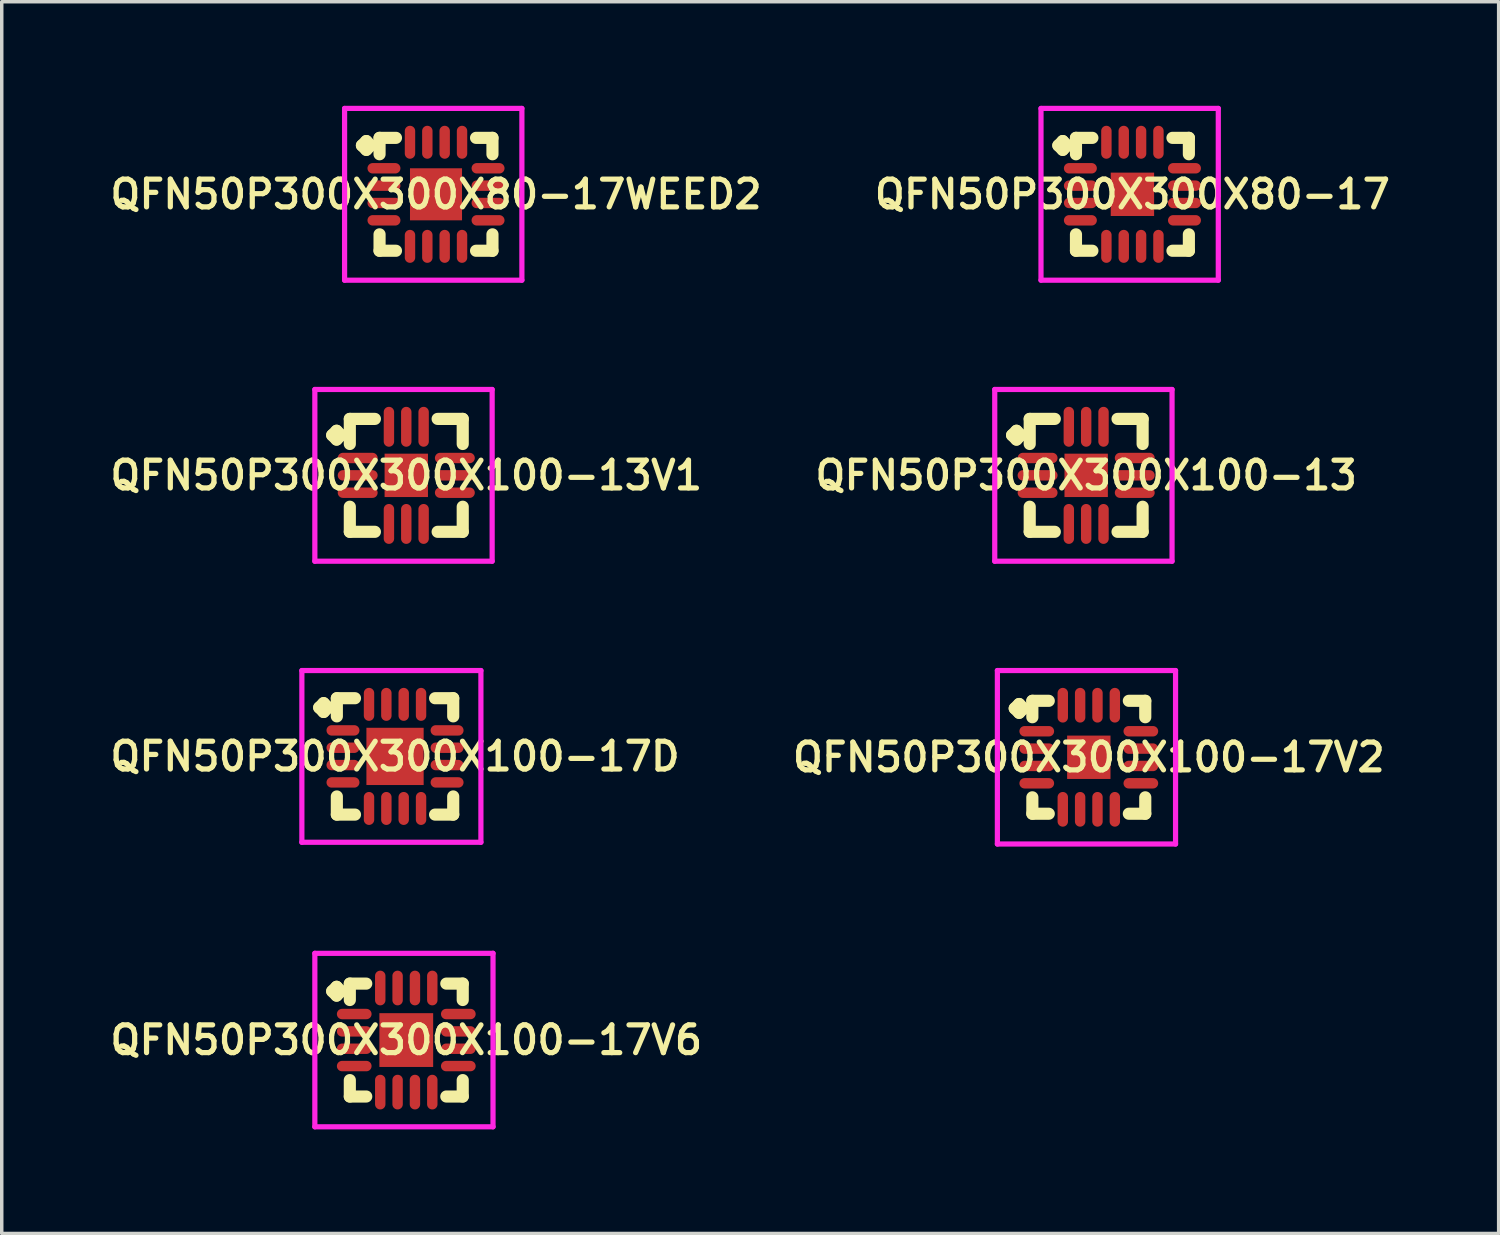
<source format=kicad_pcb>
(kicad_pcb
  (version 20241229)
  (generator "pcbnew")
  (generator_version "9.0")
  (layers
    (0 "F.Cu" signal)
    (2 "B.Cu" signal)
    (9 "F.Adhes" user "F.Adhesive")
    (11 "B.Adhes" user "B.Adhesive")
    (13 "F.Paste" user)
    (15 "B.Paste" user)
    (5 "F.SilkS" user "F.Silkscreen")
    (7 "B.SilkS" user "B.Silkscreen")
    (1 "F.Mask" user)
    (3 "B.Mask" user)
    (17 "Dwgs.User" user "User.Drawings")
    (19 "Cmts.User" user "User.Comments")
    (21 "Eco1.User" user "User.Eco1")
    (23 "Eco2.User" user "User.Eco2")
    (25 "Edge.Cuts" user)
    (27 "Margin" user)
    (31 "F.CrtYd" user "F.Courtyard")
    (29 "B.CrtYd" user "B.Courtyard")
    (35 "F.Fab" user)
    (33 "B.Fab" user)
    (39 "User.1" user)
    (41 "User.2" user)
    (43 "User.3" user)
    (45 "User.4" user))
  (footprint "QFN50P300X300X100-13"
    (layer "F.Cu")
    (at 28.254 10.65)
    (property "Reference" "QFN50P300X300X100-13" (at 0 0 0) (layer "F.SilkS") (effects (font (size 0.8 0.8) (thickness 0.15))))
    (attr through_hole)
    (fp_line (start -2.135 -1.158) (end -2.008 -1.285) (stroke (width 0.35) (type solid)) (layer "F.SilkS"))
    (fp_line (start -2.008 -1.285) (end -1.881 -1.158) (stroke (width 0.35) (type solid)) (layer "F.SilkS"))
    (fp_line (start -2.008 -1.031) (end -2.135 -1.158) (stroke (width 0.35) (type solid)) (layer "F.SilkS"))
    (fp_line (start -1.881 -1.158) (end -2.008 -1.031) (stroke (width 0.35) (type solid)) (layer "F.SilkS"))
    (fp_line (start -1.627 -1.627) (end -0.904 -1.627) (stroke (width 0.35) (type solid)) (layer "F.SilkS"))
    (fp_line (start -1.627 -0.904) (end -1.627 -1.627) (stroke (width 0.35) (type solid)) (layer "F.SilkS"))
    (fp_line (start -1.627 0.904) (end -1.627 1.627) (stroke (width 0.35) (type solid)) (layer "F.SilkS"))
    (fp_line (start -1.627 1.627) (end -0.904 1.627) (stroke (width 0.35) (type solid)) (layer "F.SilkS"))
    (fp_line (start 0.904 -1.627) (end 1.627 -1.627) (stroke (width 0.35) (type solid)) (layer "F.SilkS"))
    (fp_line (start 0.904 1.627) (end 1.627 1.627) (stroke (width 0.35) (type solid)) (layer "F.SilkS"))
    (fp_line (start 1.627 -1.627) (end 1.627 -0.904) (stroke (width 0.35) (type solid)) (layer "F.SilkS"))
    (fp_line (start 1.627 1.627) (end 1.627 0.904) (stroke (width 0.35) (type solid)) (layer "F.SilkS"))
    (fp_line (start -2.635 -2.475) (end 2.475 -2.475) (stroke (width 0.15) (type solid)) (layer "F.CrtYd"))
    (fp_line (start -2.635 2.475) (end -2.635 -2.475) (stroke (width 0.15) (type solid)) (layer "F.CrtYd"))
    (fp_line (start 2.475 -2.475) (end 2.475 2.475) (stroke (width 0.15) (type solid)) (layer "F.CrtYd"))
    (fp_line (start 2.475 2.475) (end -2.635 2.475) (stroke (width 0.15) (type solid)) (layer "F.CrtYd"))
    (pad "1" smd oval (at -1.4 -0.5) (size 1.15 0.3) (layers "F.Cu" "F.Mask" "F.Paste"))
    (pad "2" smd oval (at -1.4 0) (size 1.15 0.3) (layers "F.Cu" "F.Mask" "F.Paste"))
    (pad "3" smd oval (at -1.4 0.5) (size 1.15 0.3) (layers "F.Cu" "F.Mask" "F.Paste"))
    (pad "4" smd oval (at -0.5 1.4) (size 0.3 1.15) (layers "F.Cu" "F.Mask" "F.Paste"))
    (pad "5" smd oval (at 0 1.4) (size 0.3 1.15) (layers "F.Cu" "F.Mask" "F.Paste"))
    (pad "6" smd oval (at 0.5 1.4) (size 0.3 1.15) (layers "F.Cu" "F.Mask" "F.Paste"))
    (pad "7" smd oval (at 1.4 0.5) (size 1.15 0.3) (layers "F.Cu" "F.Mask" "F.Paste"))
    (pad "8" smd oval (at 1.4 0) (size 1.15 0.3) (layers "F.Cu" "F.Mask" "F.Paste"))
    (pad "9" smd oval (at 1.4 -0.5) (size 1.15 0.3) (layers "F.Cu" "F.Mask" "F.Paste"))
    (pad "10" smd oval (at 0.5 -1.4) (size 0.3 1.15) (layers "F.Cu" "F.Mask" "F.Paste"))
    (pad "11" smd oval (at 0 -1.4) (size 0.3 1.15) (layers "F.Cu" "F.Mask" "F.Paste"))
    (pad "12" smd oval (at -0.5 -1.4) (size 0.3 1.15) (layers "F.Cu" "F.Mask" "F.Paste"))
    (pad "13" smd rect (at 0 0) (size 1.25 1.25) (layers "F.Cu" "F.Mask" "F.Paste")))
  (footprint "QFN50P300X300X100-17D"
    (layer "F.Cu")
    (at 8.335 18.75)
    (property "Reference" "QFN50P300X300X100-17D" (at 0 0 0) (layer "F.SilkS") (effects (font (size 0.8 0.8) (thickness 0.15))))
    (attr smd)
    (fp_line (start -2.185 -1.408) (end -2.058 -1.535) (stroke (width 0.35) (type solid)) (layer "F.SilkS"))
    (fp_line (start -2.058 -1.535) (end -1.931 -1.408) (stroke (width 0.35) (type solid)) (layer "F.SilkS"))
    (fp_line (start -2.058 -1.281) (end -2.185 -1.408) (stroke (width 0.35) (type solid)) (layer "F.SilkS"))
    (fp_line (start -1.931 -1.408) (end -2.058 -1.281) (stroke (width 0.35) (type solid)) (layer "F.SilkS"))
    (fp_line (start -1.677 -1.677) (end -1.154 -1.677) (stroke (width 0.35) (type solid)) (layer "F.SilkS"))
    (fp_line (start -1.677 -1.154) (end -1.677 -1.677) (stroke (width 0.35) (type solid)) (layer "F.SilkS"))
    (fp_line (start -1.677 1.154) (end -1.677 1.677) (stroke (width 0.35) (type solid)) (layer "F.SilkS"))
    (fp_line (start -1.677 1.677) (end -1.154 1.677) (stroke (width 0.35) (type solid)) (layer "F.SilkS"))
    (fp_line (start 1.154 -1.677) (end 1.677 -1.677) (stroke (width 0.35) (type solid)) (layer "F.SilkS"))
    (fp_line (start 1.154 1.677) (end 1.677 1.677) (stroke (width 0.35) (type solid)) (layer "F.SilkS"))
    (fp_line (start 1.677 -1.677) (end 1.677 -1.154) (stroke (width 0.35) (type solid)) (layer "F.SilkS"))
    (fp_line (start 1.677 1.677) (end 1.677 1.154) (stroke (width 0.35) (type solid)) (layer "F.SilkS"))
    (fp_line (start -2.685 -2.475) (end 2.475 -2.475) (stroke (width 0.15) (type solid)) (layer "F.CrtYd"))
    (fp_line (start -2.685 2.475) (end -2.685 -2.475) (stroke (width 0.15) (type solid)) (layer "F.CrtYd"))
    (fp_line (start 2.475 -2.475) (end 2.475 2.475) (stroke (width 0.15) (type solid)) (layer "F.CrtYd"))
    (fp_line (start 2.475 2.475) (end -2.685 2.475) (stroke (width 0.15) (type solid)) (layer "F.CrtYd"))
    (pad "1" smd oval (at -1.5 -0.75) (size 0.95 0.3) (layers "F.Cu" "F.Mask" "F.Paste"))
    (pad "2" smd oval (at -1.5 -0.25) (size 0.95 0.3) (layers "F.Cu" "F.Mask" "F.Paste"))
    (pad "3" smd oval (at -1.5 0.25) (size 0.95 0.3) (layers "F.Cu" "F.Mask" "F.Paste"))
    (pad "4" smd oval (at -1.5 0.75) (size 0.95 0.3) (layers "F.Cu" "F.Mask" "F.Paste"))
    (pad "5" smd oval (at -0.75 1.5) (size 0.3 0.95) (layers "F.Cu" "F.Mask" "F.Paste"))
    (pad "6" smd oval (at -0.25 1.5) (size 0.3 0.95) (layers "F.Cu" "F.Mask" "F.Paste"))
    (pad "7" smd oval (at 0.25 1.5) (size 0.3 0.95) (layers "F.Cu" "F.Mask" "F.Paste"))
    (pad "8" smd oval (at 0.75 1.5) (size 0.3 0.95) (layers "F.Cu" "F.Mask" "F.Paste"))
    (pad "9" smd oval (at 1.5 0.75) (size 0.95 0.3) (layers "F.Cu" "F.Mask" "F.Paste"))
    (pad "10" smd oval (at 1.5 0.25) (size 0.95 0.3) (layers "F.Cu" "F.Mask" "F.Paste"))
    (pad "11" smd oval (at 1.5 -0.25) (size 0.95 0.3) (layers "F.Cu" "F.Mask" "F.Paste"))
    (pad "12" smd oval (at 1.5 -0.75) (size 0.95 0.3) (layers "F.Cu" "F.Mask" "F.Paste"))
    (pad "13" smd oval (at 0.75 -1.5) (size 0.3 0.95) (layers "F.Cu" "F.Mask" "F.Paste"))
    (pad "14" smd oval (at 0.25 -1.5) (size 0.3 0.95) (layers "F.Cu" "F.Mask" "F.Paste"))
    (pad "15" smd oval (at -0.25 -1.5) (size 0.3 0.95) (layers "F.Cu" "F.Mask" "F.Paste"))
    (pad "16" smd oval (at -0.75 -1.5) (size 0.3 0.95) (layers "F.Cu" "F.Mask" "F.Paste"))
    (pad "17" smd rect (at 0 0) (size 1.65 1.65) (layers "F.Cu" "F.Mask" "F.Paste")))
  (footprint "QFN50P300X300X80-17"
    (layer "F.Cu")
    (at 29.587 2.55)
    (property "Reference" "QFN50P300X300X80-17" (at 0 0 0) (layer "F.SilkS") (effects (font (size 0.8 0.8) (thickness 0.15))))
    (attr smd)
    (fp_line (start -2.135 -1.408) (end -2.008 -1.535) (stroke (width 0.35) (type solid)) (layer "F.SilkS"))
    (fp_line (start -2.008 -1.535) (end -1.881 -1.408) (stroke (width 0.35) (type solid)) (layer "F.SilkS"))
    (fp_line (start -2.008 -1.281) (end -2.135 -1.408) (stroke (width 0.35) (type solid)) (layer "F.SilkS"))
    (fp_line (start -1.881 -1.408) (end -2.008 -1.281) (stroke (width 0.35) (type solid)) (layer "F.SilkS"))
    (fp_line (start -1.627 -1.627) (end -1.154 -1.627) (stroke (width 0.35) (type solid)) (layer "F.SilkS"))
    (fp_line (start -1.627 -1.154) (end -1.627 -1.627) (stroke (width 0.35) (type solid)) (layer "F.SilkS"))
    (fp_line (start -1.627 1.154) (end -1.627 1.627) (stroke (width 0.35) (type solid)) (layer "F.SilkS"))
    (fp_line (start -1.627 1.627) (end -1.154 1.627) (stroke (width 0.35) (type solid)) (layer "F.SilkS"))
    (fp_line (start 1.154 -1.627) (end 1.627 -1.627) (stroke (width 0.35) (type solid)) (layer "F.SilkS"))
    (fp_line (start 1.154 1.627) (end 1.627 1.627) (stroke (width 0.35) (type solid)) (layer "F.SilkS"))
    (fp_line (start 1.627 -1.627) (end 1.627 -1.154) (stroke (width 0.35) (type solid)) (layer "F.SilkS"))
    (fp_line (start 1.627 1.627) (end 1.627 1.154) (stroke (width 0.35) (type solid)) (layer "F.SilkS"))
    (fp_line (start -2.635 -2.475) (end 2.475 -2.475) (stroke (width 0.15) (type solid)) (layer "F.CrtYd"))
    (fp_line (start -2.635 2.475) (end -2.635 -2.475) (stroke (width 0.15) (type solid)) (layer "F.CrtYd"))
    (fp_line (start 2.475 -2.475) (end 2.475 2.475) (stroke (width 0.15) (type solid)) (layer "F.CrtYd"))
    (fp_line (start 2.475 2.475) (end -2.635 2.475) (stroke (width 0.15) (type solid)) (layer "F.CrtYd"))
    (pad "1" smd oval (at -1.5 -0.75) (size 0.95 0.3) (layers "F.Cu" "F.Mask" "F.Paste"))
    (pad "2" smd oval (at -1.5 -0.25) (size 0.95 0.3) (layers "F.Cu" "F.Mask" "F.Paste"))
    (pad "3" smd oval (at -1.5 0.25) (size 0.95 0.3) (layers "F.Cu" "F.Mask" "F.Paste"))
    (pad "4" smd oval (at -1.5 0.75) (size 0.95 0.3) (layers "F.Cu" "F.Mask" "F.Paste"))
    (pad "5" smd oval (at -0.75 1.5) (size 0.3 0.95) (layers "F.Cu" "F.Mask" "F.Paste"))
    (pad "6" smd oval (at -0.25 1.5) (size 0.3 0.95) (layers "F.Cu" "F.Mask" "F.Paste"))
    (pad "7" smd oval (at 0.25 1.5) (size 0.3 0.95) (layers "F.Cu" "F.Mask" "F.Paste"))
    (pad "8" smd oval (at 0.75 1.5) (size 0.3 0.95) (layers "F.Cu" "F.Mask" "F.Paste"))
    (pad "9" smd oval (at 1.5 0.75) (size 0.95 0.3) (layers "F.Cu" "F.Mask" "F.Paste"))
    (pad "10" smd oval (at 1.5 0.25) (size 0.95 0.3) (layers "F.Cu" "F.Mask" "F.Paste"))
    (pad "11" smd oval (at 1.5 -0.25) (size 0.95 0.3) (layers "F.Cu" "F.Mask" "F.Paste"))
    (pad "12" smd oval (at 1.5 -0.75) (size 0.95 0.3) (layers "F.Cu" "F.Mask" "F.Paste"))
    (pad "13" smd oval (at 0.75 -1.5) (size 0.3 0.95) (layers "F.Cu" "F.Mask" "F.Paste"))
    (pad "14" smd oval (at 0.25 -1.5) (size 0.3 0.95) (layers "F.Cu" "F.Mask" "F.Paste"))
    (pad "15" smd oval (at -0.25 -1.5) (size 0.3 0.95) (layers "F.Cu" "F.Mask" "F.Paste"))
    (pad "16" smd oval (at -0.75 -1.5) (size 0.3 0.95) (layers "F.Cu" "F.Mask" "F.Paste"))
    (pad "17" smd rect (at 0 0) (size 1.25 1.25) (layers "F.Cu" "F.Mask" "F.Paste")))
  (footprint "QFN50P300X300X100-13V1"
    (layer "F.Cu")
    (at 8.659 10.65)
    (property "Reference" "QFN50P300X300X100-13V1" (at 0 0 0) (layer "F.SilkS") (effects (font (size 0.8 0.8) (thickness 0.15))))
    (attr through_hole)
    (fp_line (start -2.135 -1.158) (end -2.008 -1.285) (stroke (width 0.35) (type solid)) (layer "F.SilkS"))
    (fp_line (start -2.008 -1.285) (end -1.881 -1.158) (stroke (width 0.35) (type solid)) (layer "F.SilkS"))
    (fp_line (start -2.008 -1.031) (end -2.135 -1.158) (stroke (width 0.35) (type solid)) (layer "F.SilkS"))
    (fp_line (start -1.881 -1.158) (end -2.008 -1.031) (stroke (width 0.35) (type solid)) (layer "F.SilkS"))
    (fp_line (start -1.627 -1.627) (end -0.904 -1.627) (stroke (width 0.35) (type solid)) (layer "F.SilkS"))
    (fp_line (start -1.627 -0.904) (end -1.627 -1.627) (stroke (width 0.35) (type solid)) (layer "F.SilkS"))
    (fp_line (start -1.627 0.904) (end -1.627 1.627) (stroke (width 0.35) (type solid)) (layer "F.SilkS"))
    (fp_line (start -1.627 1.627) (end -0.904 1.627) (stroke (width 0.35) (type solid)) (layer "F.SilkS"))
    (fp_line (start 0.904 -1.627) (end 1.627 -1.627) (stroke (width 0.35) (type solid)) (layer "F.SilkS"))
    (fp_line (start 0.904 1.627) (end 1.627 1.627) (stroke (width 0.35) (type solid)) (layer "F.SilkS"))
    (fp_line (start 1.627 -1.627) (end 1.627 -0.904) (stroke (width 0.35) (type solid)) (layer "F.SilkS"))
    (fp_line (start 1.627 1.627) (end 1.627 0.904) (stroke (width 0.35) (type solid)) (layer "F.SilkS"))
    (fp_line (start -2.635 -2.475) (end 2.475 -2.475) (stroke (width 0.15) (type solid)) (layer "F.CrtYd"))
    (fp_line (start -2.635 2.475) (end -2.635 -2.475) (stroke (width 0.15) (type solid)) (layer "F.CrtYd"))
    (fp_line (start 2.475 -2.475) (end 2.475 2.475) (stroke (width 0.15) (type solid)) (layer "F.CrtYd"))
    (fp_line (start 2.475 2.475) (end -2.635 2.475) (stroke (width 0.15) (type solid)) (layer "F.CrtYd"))
    (pad "1" smd oval (at -1.4 -0.5) (size 1.15 0.3) (layers "F.Cu" "F.Mask" "F.Paste"))
    (pad "2" smd oval (at -1.4 0) (size 1.15 0.3) (layers "F.Cu" "F.Mask" "F.Paste"))
    (pad "3" smd oval (at -1.4 0.5) (size 1.15 0.3) (layers "F.Cu" "F.Mask" "F.Paste"))
    (pad "4" smd oval (at -0.5 1.4) (size 0.3 1.15) (layers "F.Cu" "F.Mask" "F.Paste"))
    (pad "5" smd oval (at 0 1.4) (size 0.3 1.15) (layers "F.Cu" "F.Mask" "F.Paste"))
    (pad "6" smd oval (at 0.5 1.4) (size 0.3 1.15) (layers "F.Cu" "F.Mask" "F.Paste"))
    (pad "7" smd oval (at 1.4 0.5) (size 1.15 0.3) (layers "F.Cu" "F.Mask" "F.Paste"))
    (pad "8" smd oval (at 1.4 0) (size 1.15 0.3) (layers "F.Cu" "F.Mask" "F.Paste"))
    (pad "9" smd oval (at 1.4 -0.5) (size 1.15 0.3) (layers "F.Cu" "F.Mask" "F.Paste"))
    (pad "10" smd oval (at 0.5 -1.4) (size 0.3 1.15) (layers "F.Cu" "F.Mask" "F.Paste"))
    (pad "11" smd oval (at 0 -1.4) (size 0.3 1.15) (layers "F.Cu" "F.Mask" "F.Paste"))
    (pad "12" smd oval (at -0.5 -1.4) (size 0.3 1.15) (layers "F.Cu" "F.Mask" "F.Paste"))
    (pad "13" smd rect (at 0 0) (size 1.25 1.25) (layers "F.Cu" "F.Mask" "F.Paste")))
  (footprint "QFN50P300X300X80-17WEED2"
    (layer "F.Cu")
    (at 9.516 2.55)
    (property "Reference" "QFN50P300X300X80-17WEED2" (at 0 0 0) (layer "F.SilkS") (effects (font (size 0.8 0.8) (thickness 0.15))))
    (attr through_hole)
    (fp_line (start -2.135 -1.408) (end -2.008 -1.535) (stroke (width 0.35) (type solid)) (layer "F.SilkS"))
    (fp_line (start -2.008 -1.535) (end -1.881 -1.408) (stroke (width 0.35) (type solid)) (layer "F.SilkS"))
    (fp_line (start -2.008 -1.281) (end -2.135 -1.408) (stroke (width 0.35) (type solid)) (layer "F.SilkS"))
    (fp_line (start -1.881 -1.408) (end -2.008 -1.281) (stroke (width 0.35) (type solid)) (layer "F.SilkS"))
    (fp_line (start -1.627 -1.627) (end -1.154 -1.627) (stroke (width 0.35) (type solid)) (layer "F.SilkS"))
    (fp_line (start -1.627 -1.154) (end -1.627 -1.627) (stroke (width 0.35) (type solid)) (layer "F.SilkS"))
    (fp_line (start -1.627 1.154) (end -1.627 1.627) (stroke (width 0.35) (type solid)) (layer "F.SilkS"))
    (fp_line (start -1.627 1.627) (end -1.154 1.627) (stroke (width 0.35) (type solid)) (layer "F.SilkS"))
    (fp_line (start 1.154 -1.627) (end 1.627 -1.627) (stroke (width 0.35) (type solid)) (layer "F.SilkS"))
    (fp_line (start 1.154 1.627) (end 1.627 1.627) (stroke (width 0.35) (type solid)) (layer "F.SilkS"))
    (fp_line (start 1.627 -1.627) (end 1.627 -1.154) (stroke (width 0.35) (type solid)) (layer "F.SilkS"))
    (fp_line (start 1.627 1.627) (end 1.627 1.154) (stroke (width 0.35) (type solid)) (layer "F.SilkS"))
    (fp_line (start -2.635 -2.475) (end 2.475 -2.475) (stroke (width 0.15) (type solid)) (layer "F.CrtYd"))
    (fp_line (start -2.635 2.475) (end -2.635 -2.475) (stroke (width 0.15) (type solid)) (layer "F.CrtYd"))
    (fp_line (start 2.475 -2.475) (end 2.475 2.475) (stroke (width 0.15) (type solid)) (layer "F.CrtYd"))
    (fp_line (start 2.475 2.475) (end -2.635 2.475) (stroke (width 0.15) (type solid)) (layer "F.CrtYd"))
    (pad "1" smd oval (at -1.5 -0.75) (size 0.95 0.3) (layers "F.Cu" "F.Mask" "F.Paste"))
    (pad "2" smd oval (at -1.5 -0.25) (size 0.95 0.3) (layers "F.Cu" "F.Mask" "F.Paste"))
    (pad "3" smd oval (at -1.5 0.25) (size 0.95 0.3) (layers "F.Cu" "F.Mask" "F.Paste"))
    (pad "4" smd oval (at -1.5 0.75) (size 0.95 0.3) (layers "F.Cu" "F.Mask" "F.Paste"))
    (pad "5" smd oval (at -0.75 1.5) (size 0.3 0.95) (layers "F.Cu" "F.Mask" "F.Paste"))
    (pad "6" smd oval (at -0.25 1.5) (size 0.3 0.95) (layers "F.Cu" "F.Mask" "F.Paste"))
    (pad "7" smd oval (at 0.25 1.5) (size 0.3 0.95) (layers "F.Cu" "F.Mask" "F.Paste"))
    (pad "8" smd oval (at 0.75 1.5) (size 0.3 0.95) (layers "F.Cu" "F.Mask" "F.Paste"))
    (pad "9" smd oval (at 1.5 0.75) (size 0.95 0.3) (layers "F.Cu" "F.Mask" "F.Paste"))
    (pad "10" smd oval (at 1.5 0.25) (size 0.95 0.3) (layers "F.Cu" "F.Mask" "F.Paste"))
    (pad "11" smd oval (at 1.5 -0.25) (size 0.95 0.3) (layers "F.Cu" "F.Mask" "F.Paste"))
    (pad "12" smd oval (at 1.5 -0.75) (size 0.95 0.3) (layers "F.Cu" "F.Mask" "F.Paste"))
    (pad "13" smd oval (at 0.75 -1.5) (size 0.3 0.95) (layers "F.Cu" "F.Mask" "F.Paste"))
    (pad "14" smd oval (at 0.25 -1.5) (size 0.3 0.95) (layers "F.Cu" "F.Mask" "F.Paste"))
    (pad "15" smd oval (at -0.25 -1.5) (size 0.3 0.95) (layers "F.Cu" "F.Mask" "F.Paste"))
    (pad "16" smd oval (at -0.75 -1.5) (size 0.3 0.95) (layers "F.Cu" "F.Mask" "F.Paste"))
    (pad "17" smd rect (at 0 0) (size 1.5 1.5) (layers "F.Cu" "F.Mask" "F.Paste")))
  (footprint "QFN50P300X300X100-17V2"
    (layer "F.Cu")
    (at 28.33 18.775)
    (property "Reference" "QFN50P300X300X100-17V2" (at 0 0 0) (layer "F.SilkS") (effects (font (size 0.8 0.8) (thickness 0.15))))
    (attr through_hole)
    (fp_line (start -2.135 -1.408) (end -2.008 -1.535) (stroke (width 0.35) (type solid)) (layer "F.SilkS"))
    (fp_line (start -2.008 -1.535) (end -1.881 -1.408) (stroke (width 0.35) (type solid)) (layer "F.SilkS"))
    (fp_line (start -2.008 -1.281) (end -2.135 -1.408) (stroke (width 0.35) (type solid)) (layer "F.SilkS"))
    (fp_line (start -1.881 -1.408) (end -2.008 -1.281) (stroke (width 0.35) (type solid)) (layer "F.SilkS"))
    (fp_line (start -1.627 -1.627) (end -1.154 -1.627) (stroke (width 0.35) (type solid)) (layer "F.SilkS"))
    (fp_line (start -1.627 -1.154) (end -1.627 -1.627) (stroke (width 0.35) (type solid)) (layer "F.SilkS"))
    (fp_line (start -1.627 1.154) (end -1.627 1.627) (stroke (width 0.35) (type solid)) (layer "F.SilkS"))
    (fp_line (start -1.627 1.627) (end -1.154 1.627) (stroke (width 0.35) (type solid)) (layer "F.SilkS"))
    (fp_line (start 1.154 -1.627) (end 1.627 -1.627) (stroke (width 0.35) (type solid)) (layer "F.SilkS"))
    (fp_line (start 1.154 1.627) (end 1.627 1.627) (stroke (width 0.35) (type solid)) (layer "F.SilkS"))
    (fp_line (start 1.627 -1.627) (end 1.627 -1.154) (stroke (width 0.35) (type solid)) (layer "F.SilkS"))
    (fp_line (start 1.627 1.627) (end 1.627 1.154) (stroke (width 0.35) (type solid)) (layer "F.SilkS"))
    (fp_line (start -2.635 -2.5) (end 2.5 -2.5) (stroke (width 0.15) (type solid)) (layer "F.CrtYd"))
    (fp_line (start -2.635 2.5) (end -2.635 -2.5) (stroke (width 0.15) (type solid)) (layer "F.CrtYd"))
    (fp_line (start 2.5 -2.5) (end 2.5 2.5) (stroke (width 0.15) (type solid)) (layer "F.CrtYd"))
    (fp_line (start 2.5 2.5) (end -2.635 2.5) (stroke (width 0.15) (type solid)) (layer "F.CrtYd"))
    (pad "1" smd oval (at -1.5 -0.75) (size 1 0.3) (layers "F.Cu" "F.Mask" "F.Paste"))
    (pad "2" smd oval (at -1.5 -0.25) (size 1 0.3) (layers "F.Cu" "F.Mask" "F.Paste"))
    (pad "3" smd oval (at -1.5 0.25) (size 1 0.3) (layers "F.Cu" "F.Mask" "F.Paste"))
    (pad "4" smd oval (at -1.5 0.75) (size 1 0.3) (layers "F.Cu" "F.Mask" "F.Paste"))
    (pad "5" smd oval (at -0.75 1.5) (size 0.3 1) (layers "F.Cu" "F.Mask" "F.Paste"))
    (pad "6" smd oval (at -0.25 1.5) (size 0.3 1) (layers "F.Cu" "F.Mask" "F.Paste"))
    (pad "7" smd oval (at 0.25 1.5) (size 0.3 1) (layers "F.Cu" "F.Mask" "F.Paste"))
    (pad "8" smd oval (at 0.75 1.5) (size 0.3 1) (layers "F.Cu" "F.Mask" "F.Paste"))
    (pad "9" smd oval (at 1.5 0.75) (size 1 0.3) (layers "F.Cu" "F.Mask" "F.Paste"))
    (pad "10" smd oval (at 1.5 0.25) (size 1 0.3) (layers "F.Cu" "F.Mask" "F.Paste"))
    (pad "11" smd oval (at 1.5 -0.25) (size 1 0.3) (layers "F.Cu" "F.Mask" "F.Paste"))
    (pad "12" smd oval (at 1.5 -0.75) (size 1 0.3) (layers "F.Cu" "F.Mask" "F.Paste"))
    (pad "13" smd oval (at 0.75 -1.5) (size 0.3 1) (layers "F.Cu" "F.Mask" "F.Paste"))
    (pad "14" smd oval (at 0.25 -1.5) (size 0.3 1) (layers "F.Cu" "F.Mask" "F.Paste"))
    (pad "15" smd oval (at -0.25 -1.5) (size 0.3 1) (layers "F.Cu" "F.Mask" "F.Paste"))
    (pad "16" smd oval (at -0.75 -1.5) (size 0.3 1) (layers "F.Cu" "F.Mask" "F.Paste"))
    (pad "17" smd rect (at 0 0) (size 1.25 1.25) (layers "F.Cu" "F.Mask" "F.Paste")))
  (footprint "QFN50P300X300X100-17V6"
    (layer "F.Cu")
    (at 8.659 26.925)
    (property "Reference" "QFN50P300X300X100-17V6" (at 0 0 0) (layer "F.SilkS") (effects (font (size 0.8 0.8) (thickness 0.15))))
    (attr through_hole)
    (fp_line (start -2.135 -1.408) (end -2.008 -1.535) (stroke (width 0.35) (type solid)) (layer "F.SilkS"))
    (fp_line (start -2.008 -1.535) (end -1.881 -1.408) (stroke (width 0.35) (type solid)) (layer "F.SilkS"))
    (fp_line (start -2.008 -1.281) (end -2.135 -1.408) (stroke (width 0.35) (type solid)) (layer "F.SilkS"))
    (fp_line (start -1.881 -1.408) (end -2.008 -1.281) (stroke (width 0.35) (type solid)) (layer "F.SilkS"))
    (fp_line (start -1.627 -1.627) (end -1.154 -1.627) (stroke (width 0.35) (type solid)) (layer "F.SilkS"))
    (fp_line (start -1.627 -1.154) (end -1.627 -1.627) (stroke (width 0.35) (type solid)) (layer "F.SilkS"))
    (fp_line (start -1.627 1.154) (end -1.627 1.627) (stroke (width 0.35) (type solid)) (layer "F.SilkS"))
    (fp_line (start -1.627 1.627) (end -1.154 1.627) (stroke (width 0.35) (type solid)) (layer "F.SilkS"))
    (fp_line (start 1.154 -1.627) (end 1.627 -1.627) (stroke (width 0.35) (type solid)) (layer "F.SilkS"))
    (fp_line (start 1.154 1.627) (end 1.627 1.627) (stroke (width 0.35) (type solid)) (layer "F.SilkS"))
    (fp_line (start 1.627 -1.627) (end 1.627 -1.154) (stroke (width 0.35) (type solid)) (layer "F.SilkS"))
    (fp_line (start 1.627 1.627) (end 1.627 1.154) (stroke (width 0.35) (type solid)) (layer "F.SilkS"))
    (fp_line (start -2.635 -2.5) (end 2.5 -2.5) (stroke (width 0.15) (type solid)) (layer "F.CrtYd"))
    (fp_line (start -2.635 2.5) (end -2.635 -2.5) (stroke (width 0.15) (type solid)) (layer "F.CrtYd"))
    (fp_line (start 2.5 -2.5) (end 2.5 2.5) (stroke (width 0.15) (type solid)) (layer "F.CrtYd"))
    (fp_line (start 2.5 2.5) (end -2.635 2.5) (stroke (width 0.15) (type solid)) (layer "F.CrtYd"))
    (pad "1" smd oval (at -1.5 -0.75) (size 1 0.3) (layers "F.Cu" "F.Mask" "F.Paste"))
    (pad "2" smd oval (at -1.5 -0.25) (size 1 0.3) (layers "F.Cu" "F.Mask" "F.Paste"))
    (pad "3" smd oval (at -1.5 0.25) (size 1 0.3) (layers "F.Cu" "F.Mask" "F.Paste"))
    (pad "4" smd oval (at -1.5 0.75) (size 1 0.3) (layers "F.Cu" "F.Mask" "F.Paste"))
    (pad "5" smd oval (at -0.75 1.5) (size 0.3 1) (layers "F.Cu" "F.Mask" "F.Paste"))
    (pad "6" smd oval (at -0.25 1.5) (size 0.3 1) (layers "F.Cu" "F.Mask" "F.Paste"))
    (pad "7" smd oval (at 0.25 1.5) (size 0.3 1) (layers "F.Cu" "F.Mask" "F.Paste"))
    (pad "8" smd oval (at 0.75 1.5) (size 0.3 1) (layers "F.Cu" "F.Mask" "F.Paste"))
    (pad "9" smd oval (at 1.5 0.75) (size 1 0.3) (layers "F.Cu" "F.Mask" "F.Paste"))
    (pad "10" smd oval (at 1.5 0.25) (size 1 0.3) (layers "F.Cu" "F.Mask" "F.Paste"))
    (pad "11" smd oval (at 1.5 -0.25) (size 1 0.3) (layers "F.Cu" "F.Mask" "F.Paste"))
    (pad "12" smd oval (at 1.5 -0.75) (size 1 0.3) (layers "F.Cu" "F.Mask" "F.Paste"))
    (pad "13" smd oval (at 0.75 -1.5) (size 0.3 1) (layers "F.Cu" "F.Mask" "F.Paste"))
    (pad "14" smd oval (at 0.25 -1.5) (size 0.3 1) (layers "F.Cu" "F.Mask" "F.Paste"))
    (pad "15" smd oval (at -0.25 -1.5) (size 0.3 1) (layers "F.Cu" "F.Mask" "F.Paste"))
    (pad "16" smd oval (at -0.75 -1.5) (size 0.3 1) (layers "F.Cu" "F.Mask" "F.Paste"))
    (pad "17" smd rect (at 0 0) (size 1.55 1.55) (layers "F.Cu" "F.Mask" "F.Paste")))
  (gr_rect
    (start -3 -3)
    (end 40.142 32.5)
    (stroke (width 0.1) (type default))
    (fill no)
    (layer "Edge.Cuts")))
</source>
